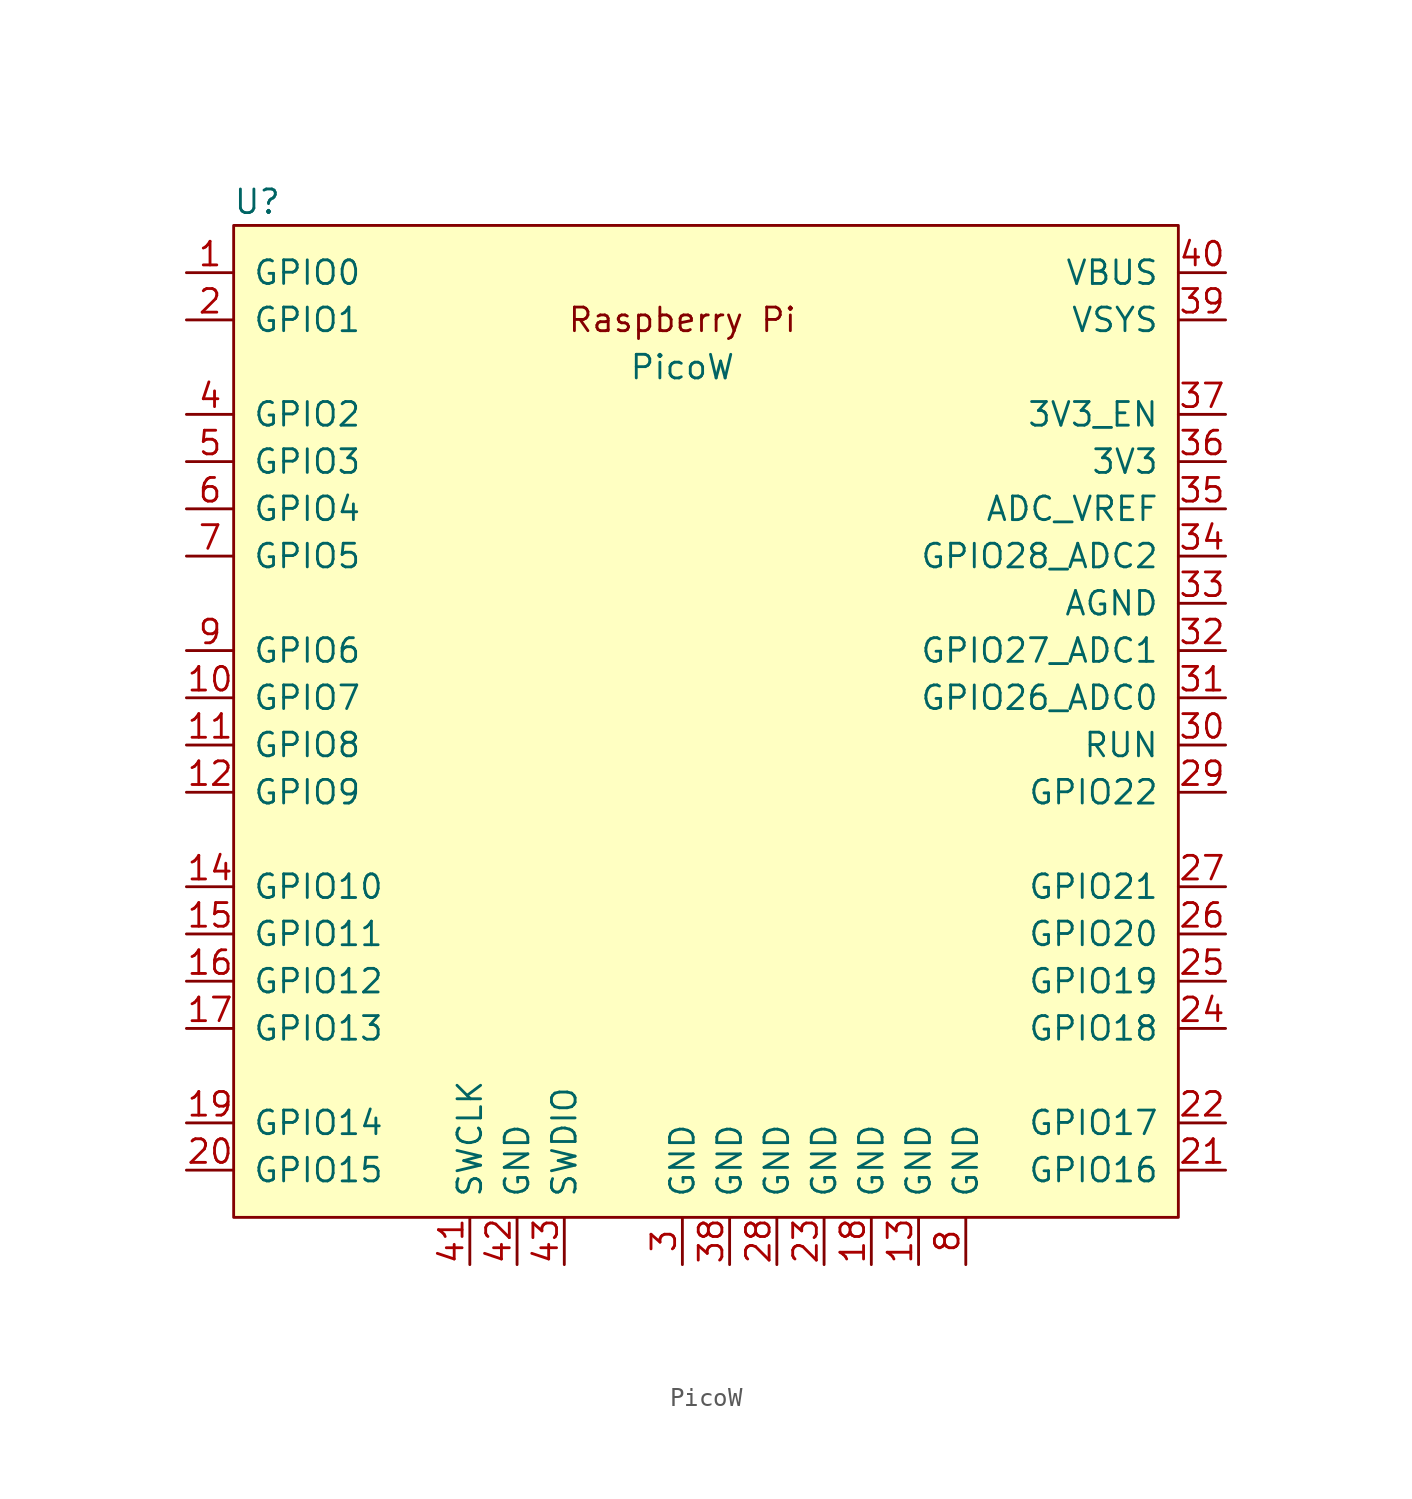
<source format=kicad_sym>
(kicad_symbol_lib
  (version 20211014)
  (generator kicad_symbol_editor)
  (symbol "PicoW"
    (pin_names
      (offset 1.016))
    (property "Reference" "U"
      (at -22.86 27.94 0)
      (effects (font (size 1.27 1.27))))
    (property "Value" "PicoW"
      (at 0 19.05 0)
      (effects (font (size 1.27 1.27))))
    (symbol "PicoW_0_0"
      (text "Raspberry Pi" (at 0 21.59 0) (effects (font (size 1.27 1.27)))))
    (symbol "PicoW_0_1"
      (rectangle (start -24.13 26.67) (end 26.67 -26.67) (stroke (width 0) (type default) (color 0 0 0 0)) (fill (type background))))
    (symbol "PicoW_1_1"
      (pin bidirectional line (at -26.67 24.13 0) (length 2.54) (name "GPIO0" (effects (font (size 1.27 1.27)))) (number "1" (effects (font (size 1.27 1.27)))))
      (pin bidirectional line (at -26.67 1.27 0) (length 2.54) (name "GPIO7" (effects (font (size 1.27 1.27)))) (number "10" (effects (font (size 1.27 1.27)))))
      (pin bidirectional line (at -26.67 -1.27 0) (length 2.54) (name "GPIO8" (effects (font (size 1.27 1.27)))) (number "11" (effects (font (size 1.27 1.27)))))
      (pin bidirectional line (at -26.67 -3.81 0) (length 2.54) (name "GPIO9" (effects (font (size 1.27 1.27)))) (number "12" (effects (font (size 1.27 1.27)))))
      (pin power_in line (at 12.7 -29.21 90) (length 2.54) (name "GND" (effects (font (size 1.27 1.27)))) (number "13" (effects (font (size 1.27 1.27)))))
      (pin bidirectional line (at -26.67 -8.89 0) (length 2.54) (name "GPIO10" (effects (font (size 1.27 1.27)))) (number "14" (effects (font (size 1.27 1.27)))))
      (pin bidirectional line (at -26.67 -11.43 0) (length 2.54) (name "GPIO11" (effects (font (size 1.27 1.27)))) (number "15" (effects (font (size 1.27 1.27)))))
      (pin bidirectional line (at -26.67 -13.97 0) (length 2.54) (name "GPIO12" (effects (font (size 1.27 1.27)))) (number "16" (effects (font (size 1.27 1.27)))))
      (pin bidirectional line (at -26.67 -16.51 0) (length 2.54) (name "GPIO13" (effects (font (size 1.27 1.27)))) (number "17" (effects (font (size 1.27 1.27)))))
      (pin power_in line (at 10.16 -29.21 90) (length 2.54) (name "GND" (effects (font (size 1.27 1.27)))) (number "18" (effects (font (size 1.27 1.27)))))
      (pin bidirectional line (at -26.67 -21.59 0) (length 2.54) (name "GPIO14" (effects (font (size 1.27 1.27)))) (number "19" (effects (font (size 1.27 1.27)))))
      (pin bidirectional line (at -26.67 21.59 0) (length 2.54) (name "GPIO1" (effects (font (size 1.27 1.27)))) (number "2" (effects (font (size 1.27 1.27)))))
      (pin bidirectional line (at -26.67 -24.13 0) (length 2.54) (name "GPIO15" (effects (font (size 1.27 1.27)))) (number "20" (effects (font (size 1.27 1.27)))))
      (pin bidirectional line (at 29.21 -24.13 180) (length 2.54) (name "GPIO16" (effects (font (size 1.27 1.27)))) (number "21" (effects (font (size 1.27 1.27)))))
      (pin bidirectional line (at 29.21 -21.59 180) (length 2.54) (name "GPIO17" (effects (font (size 1.27 1.27)))) (number "22" (effects (font (size 1.27 1.27)))))
      (pin power_in line (at 7.62 -29.21 90) (length 2.54) (name "GND" (effects (font (size 1.27 1.27)))) (number "23" (effects (font (size 1.27 1.27)))))
      (pin bidirectional line (at 29.21 -16.51 180) (length 2.54) (name "GPIO18" (effects (font (size 1.27 1.27)))) (number "24" (effects (font (size 1.27 1.27)))))
      (pin bidirectional line (at 29.21 -13.97 180) (length 2.54) (name "GPIO19" (effects (font (size 1.27 1.27)))) (number "25" (effects (font (size 1.27 1.27)))))
      (pin bidirectional line (at 29.21 -11.43 180) (length 2.54) (name "GPIO20" (effects (font (size 1.27 1.27)))) (number "26" (effects (font (size 1.27 1.27)))))
      (pin bidirectional line (at 29.21 -8.89 180) (length 2.54) (name "GPIO21" (effects (font (size 1.27 1.27)))) (number "27" (effects (font (size 1.27 1.27)))))
      (pin power_in line (at 5.08 -29.21 90) (length 2.54) (name "GND" (effects (font (size 1.27 1.27)))) (number "28" (effects (font (size 1.27 1.27)))))
      (pin bidirectional line (at 29.21 -3.81 180) (length 2.54) (name "GPIO22" (effects (font (size 1.27 1.27)))) (number "29" (effects (font (size 1.27 1.27)))))
      (pin power_in line (at 0 -29.21 90) (length 2.54) (name "GND" (effects (font (size 1.27 1.27)))) (number "3" (effects (font (size 1.27 1.27)))))
      (pin input line (at 29.21 -1.27 180) (length 2.54) (name "RUN" (effects (font (size 1.27 1.27)))) (number "30" (effects (font (size 1.27 1.27)))))
      (pin bidirectional line (at 29.21 1.27 180) (length 2.54) (name "GPIO26_ADC0" (effects (font (size 1.27 1.27)))) (number "31" (effects (font (size 1.27 1.27)))))
      (pin bidirectional line (at 29.21 3.81 180) (length 2.54) (name "GPIO27_ADC1" (effects (font (size 1.27 1.27)))) (number "32" (effects (font (size 1.27 1.27)))))
      (pin power_in line (at 29.21 6.35 180) (length 2.54) (name "AGND" (effects (font (size 1.27 1.27)))) (number "33" (effects (font (size 1.27 1.27)))))
      (pin bidirectional line (at 29.21 8.89 180) (length 2.54) (name "GPIO28_ADC2" (effects (font (size 1.27 1.27)))) (number "34" (effects (font (size 1.27 1.27)))))
      (pin unspecified line (at 29.21 11.43 180) (length 2.54) (name "ADC_VREF" (effects (font (size 1.27 1.27)))) (number "35" (effects (font (size 1.27 1.27)))))
      (pin unspecified line (at 29.21 13.97 180) (length 2.54) (name "3V3" (effects (font (size 1.27 1.27)))) (number "36" (effects (font (size 1.27 1.27)))))
      (pin input line (at 29.21 16.51 180) (length 2.54) (name "3V3_EN" (effects (font (size 1.27 1.27)))) (number "37" (effects (font (size 1.27 1.27)))))
      (pin power_in line (at 2.54 -29.21 90) (length 2.54) (name "GND" (effects (font (size 1.27 1.27)))) (number "38" (effects (font (size 1.27 1.27)))))
      (pin unspecified line (at 29.21 21.59 180) (length 2.54) (name "VSYS" (effects (font (size 1.27 1.27)))) (number "39" (effects (font (size 1.27 1.27)))))
      (pin bidirectional line (at -26.67 16.51 0) (length 2.54) (name "GPIO2" (effects (font (size 1.27 1.27)))) (number "4" (effects (font (size 1.27 1.27)))))
      (pin unspecified line (at 29.21 24.13 180) (length 2.54) (name "VBUS" (effects (font (size 1.27 1.27)))) (number "40" (effects (font (size 1.27 1.27)))))
      (pin input line (at -11.43 -29.21 90) (length 2.54) (name "SWCLK" (effects (font (size 1.27 1.27)))) (number "41" (effects (font (size 1.27 1.27)))))
      (pin power_in line (at -8.89 -29.21 90) (length 2.54) (name "GND" (effects (font (size 1.27 1.27)))) (number "42" (effects (font (size 1.27 1.27)))))
      (pin bidirectional line (at -6.35 -29.21 90) (length 2.54) (name "SWDIO" (effects (font (size 1.27 1.27)))) (number "43" (effects (font (size 1.27 1.27)))))
      (pin bidirectional line (at -26.67 13.97 0) (length 2.54) (name "GPIO3" (effects (font (size 1.27 1.27)))) (number "5" (effects (font (size 1.27 1.27)))))
      (pin bidirectional line (at -26.67 11.43 0) (length 2.54) (name "GPIO4" (effects (font (size 1.27 1.27)))) (number "6" (effects (font (size 1.27 1.27)))))
      (pin bidirectional line (at -26.67 8.89 0) (length 2.54) (name "GPIO5" (effects (font (size 1.27 1.27)))) (number "7" (effects (font (size 1.27 1.27)))))
      (pin power_in line (at 15.24 -29.21 90) (length 2.54) (name "GND" (effects (font (size 1.27 1.27)))) (number "8" (effects (font (size 1.27 1.27)))))
      (pin bidirectional line (at -26.67 3.81 0) (length 2.54) (name "GPIO6" (effects (font (size 1.27 1.27)))) (number "9" (effects (font (size 1.27 1.27))))))))
</source>
